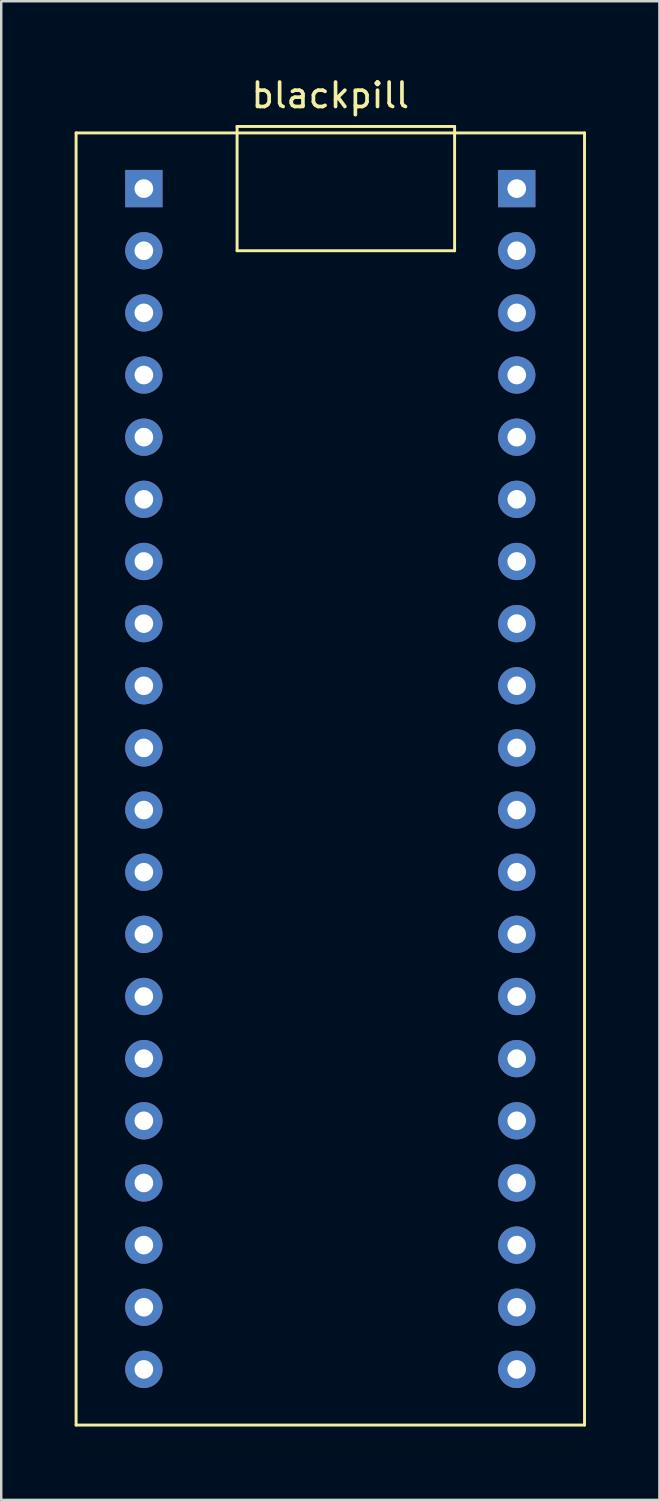
<source format=kicad_pcb>
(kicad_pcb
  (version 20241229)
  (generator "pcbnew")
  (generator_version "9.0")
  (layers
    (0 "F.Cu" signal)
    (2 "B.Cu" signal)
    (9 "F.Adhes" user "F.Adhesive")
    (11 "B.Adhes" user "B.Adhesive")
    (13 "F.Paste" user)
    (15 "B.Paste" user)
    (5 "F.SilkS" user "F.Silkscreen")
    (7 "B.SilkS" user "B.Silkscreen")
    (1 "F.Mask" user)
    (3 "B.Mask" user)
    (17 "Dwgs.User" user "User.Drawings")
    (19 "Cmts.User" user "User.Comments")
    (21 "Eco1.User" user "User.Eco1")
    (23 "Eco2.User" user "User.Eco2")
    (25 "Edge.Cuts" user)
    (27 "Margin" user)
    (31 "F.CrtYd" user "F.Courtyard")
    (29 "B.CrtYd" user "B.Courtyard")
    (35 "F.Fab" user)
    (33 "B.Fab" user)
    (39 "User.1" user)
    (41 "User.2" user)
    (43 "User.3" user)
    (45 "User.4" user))
  (footprint "blackpill"
    (layer "F.Cu")
    (at 10.45 28.788)
    (property "Reference" "blackpill" (at 0 -27.94 0) (layer "F.SilkS") (effects (font (size 1 1) (thickness 0.15))))
    (attr through_hole)
    (fp_line (start -10.39 -26.405) (end -10.39 26.405) (stroke (width 0.12) (type solid)) (layer "F.SilkS"))
    (fp_line (start -10.39 -26.405) (end 10.39 -26.405) (stroke (width 0.12) (type solid)) (layer "F.SilkS"))
    (fp_line (start -3.81 -26.67) (end -3.81 -21.59) (stroke (width 0.12) (type solid)) (layer "F.SilkS"))
    (fp_line (start -3.81 -21.59) (end 5.08 -21.59) (stroke (width 0.12) (type solid)) (layer "F.SilkS"))
    (fp_line (start 5.08 -26.67) (end -3.81 -26.67) (stroke (width 0.12) (type solid)) (layer "F.SilkS"))
    (fp_line (start 5.08 -21.59) (end 5.08 -26.67) (stroke (width 0.12) (type solid)) (layer "F.SilkS"))
    (fp_line (start 10.39 -26.405) (end 10.39 26.405) (stroke (width 0.12) (type solid)) (layer "F.SilkS"))
    (fp_line (start 10.39 26.405) (end -10.39 26.405) (stroke (width 0.12) (type solid)) (layer "F.SilkS"))
    (pad "1" thru_hole rect (at -7.62 -24.13) (size 1.524 1.524) (drill 0.762) (layers "*.Cu" "*.Mask"))
    (pad "2" thru_hole circle (at -7.62 -21.59) (size 1.524 1.524) (drill 0.762) (layers "*.Cu" "*.Mask"))
    (pad "3" thru_hole circle (at -7.62 -19.05) (size 1.524 1.524) (drill 0.762) (layers "*.Cu" "*.Mask"))
    (pad "4" thru_hole circle (at -7.62 -16.51) (size 1.524 1.524) (drill 0.762) (layers "*.Cu" "*.Mask"))
    (pad "5" thru_hole circle (at -7.62 -13.97) (size 1.524 1.524) (drill 0.762) (layers "*.Cu" "*.Mask"))
    (pad "6" thru_hole circle (at -7.62 -11.43) (size 1.524 1.524) (drill 0.762) (layers "*.Cu" "*.Mask"))
    (pad "7" thru_hole circle (at -7.62 -8.89) (size 1.524 1.524) (drill 0.762) (layers "*.Cu" "*.Mask"))
    (pad "8" thru_hole circle (at -7.62 -6.35) (size 1.524 1.524) (drill 0.762) (layers "*.Cu" "*.Mask"))
    (pad "9" thru_hole circle (at -7.62 -3.81) (size 1.524 1.524) (drill 0.762) (layers "*.Cu" "*.Mask"))
    (pad "10" thru_hole circle (at -7.62 -1.27) (size 1.524 1.524) (drill 0.762) (layers "*.Cu" "*.Mask"))
    (pad "11" thru_hole circle (at -7.62 1.27) (size 1.524 1.524) (drill 0.762) (layers "*.Cu" "*.Mask"))
    (pad "12" thru_hole circle (at -7.62 3.81) (size 1.524 1.524) (drill 0.762) (layers "*.Cu" "*.Mask"))
    (pad "13" thru_hole circle (at -7.62 6.35) (size 1.524 1.524) (drill 0.762) (layers "*.Cu" "*.Mask"))
    (pad "14" thru_hole circle (at -7.62 8.89) (size 1.524 1.524) (drill 0.762) (layers "*.Cu" "*.Mask"))
    (pad "15" thru_hole circle (at -7.62 11.43) (size 1.524 1.524) (drill 0.762) (layers "*.Cu" "*.Mask"))
    (pad "16" thru_hole circle (at -7.62 13.97) (size 1.524 1.524) (drill 0.762) (layers "*.Cu" "*.Mask"))
    (pad "17" thru_hole circle (at -7.62 16.51) (size 1.524 1.524) (drill 0.762) (layers "*.Cu" "*.Mask"))
    (pad "18" thru_hole circle (at -7.62 19.05) (size 1.524 1.524) (drill 0.762) (layers "*.Cu" "*.Mask"))
    (pad "19" thru_hole circle (at -7.62 21.59) (size 1.524 1.524) (drill 0.762) (layers "*.Cu" "*.Mask"))
    (pad "20" thru_hole circle (at -7.62 24.13) (size 1.524 1.524) (drill 0.762) (layers "*.Cu" "*.Mask"))
    (pad "21" thru_hole circle (at 7.62 24.13) (size 1.524 1.524) (drill 0.762) (layers "*.Cu" "*.Mask"))
    (pad "22" thru_hole circle (at 7.62 21.59) (size 1.524 1.524) (drill 0.762) (layers "*.Cu" "*.Mask"))
    (pad "23" thru_hole circle (at 7.62 19.05) (size 1.524 1.524) (drill 0.762) (layers "*.Cu" "*.Mask"))
    (pad "24" thru_hole circle (at 7.62 16.51) (size 1.524 1.524) (drill 0.762) (layers "*.Cu" "*.Mask"))
    (pad "25" thru_hole circle (at 7.62 13.97) (size 1.524 1.524) (drill 0.762) (layers "*.Cu" "*.Mask"))
    (pad "26" thru_hole circle (at 7.62 11.43) (size 1.524 1.524) (drill 0.762) (layers "*.Cu" "*.Mask"))
    (pad "27" thru_hole circle (at 7.62 8.89) (size 1.524 1.524) (drill 0.762) (layers "*.Cu" "*.Mask"))
    (pad "28" thru_hole circle (at 7.62 6.35) (size 1.524 1.524) (drill 0.762) (layers "*.Cu" "*.Mask"))
    (pad "29" thru_hole circle (at 7.62 3.81) (size 1.524 1.524) (drill 0.762) (layers "*.Cu" "*.Mask"))
    (pad "30" thru_hole circle (at 7.62 1.27) (size 1.524 1.524) (drill 0.762) (layers "*.Cu" "*.Mask"))
    (pad "31" thru_hole circle (at 7.62 -1.27) (size 1.524 1.524) (drill 0.762) (layers "*.Cu" "*.Mask"))
    (pad "32" thru_hole circle (at 7.62 -3.81) (size 1.524 1.524) (drill 0.762) (layers "*.Cu" "*.Mask"))
    (pad "33" thru_hole circle (at 7.62 -6.35) (size 1.524 1.524) (drill 0.762) (layers "*.Cu" "*.Mask"))
    (pad "34" thru_hole circle (at 7.62 -8.89) (size 1.524 1.524) (drill 0.762) (layers "*.Cu" "*.Mask"))
    (pad "35" thru_hole circle (at 7.62 -11.43) (size 1.524 1.524) (drill 0.762) (layers "*.Cu" "*.Mask"))
    (pad "36" thru_hole circle (at 7.62 -13.97) (size 1.524 1.524) (drill 0.762) (layers "*.Cu" "*.Mask"))
    (pad "37" thru_hole circle (at 7.62 -16.51) (size 1.524 1.524) (drill 0.762) (layers "*.Cu" "*.Mask"))
    (pad "38" thru_hole circle (at 7.62 -19.05) (size 1.524 1.524) (drill 0.762) (layers "*.Cu" "*.Mask"))
    (pad "39" thru_hole circle (at 7.62 -21.59) (size 1.524 1.524) (drill 0.762) (layers "*.Cu" "*.Mask"))
    (pad "40" thru_hole rect (at 7.62 -24.13) (size 1.524 1.524) (drill 0.762) (layers "*.Cu" "*.Mask")))
  (gr_rect
    (start -3 -3)
    (end 23.9 58.253)
    (stroke (width 0.1) (type default))
    (fill no)
    (layer "Edge.Cuts")))
</source>
